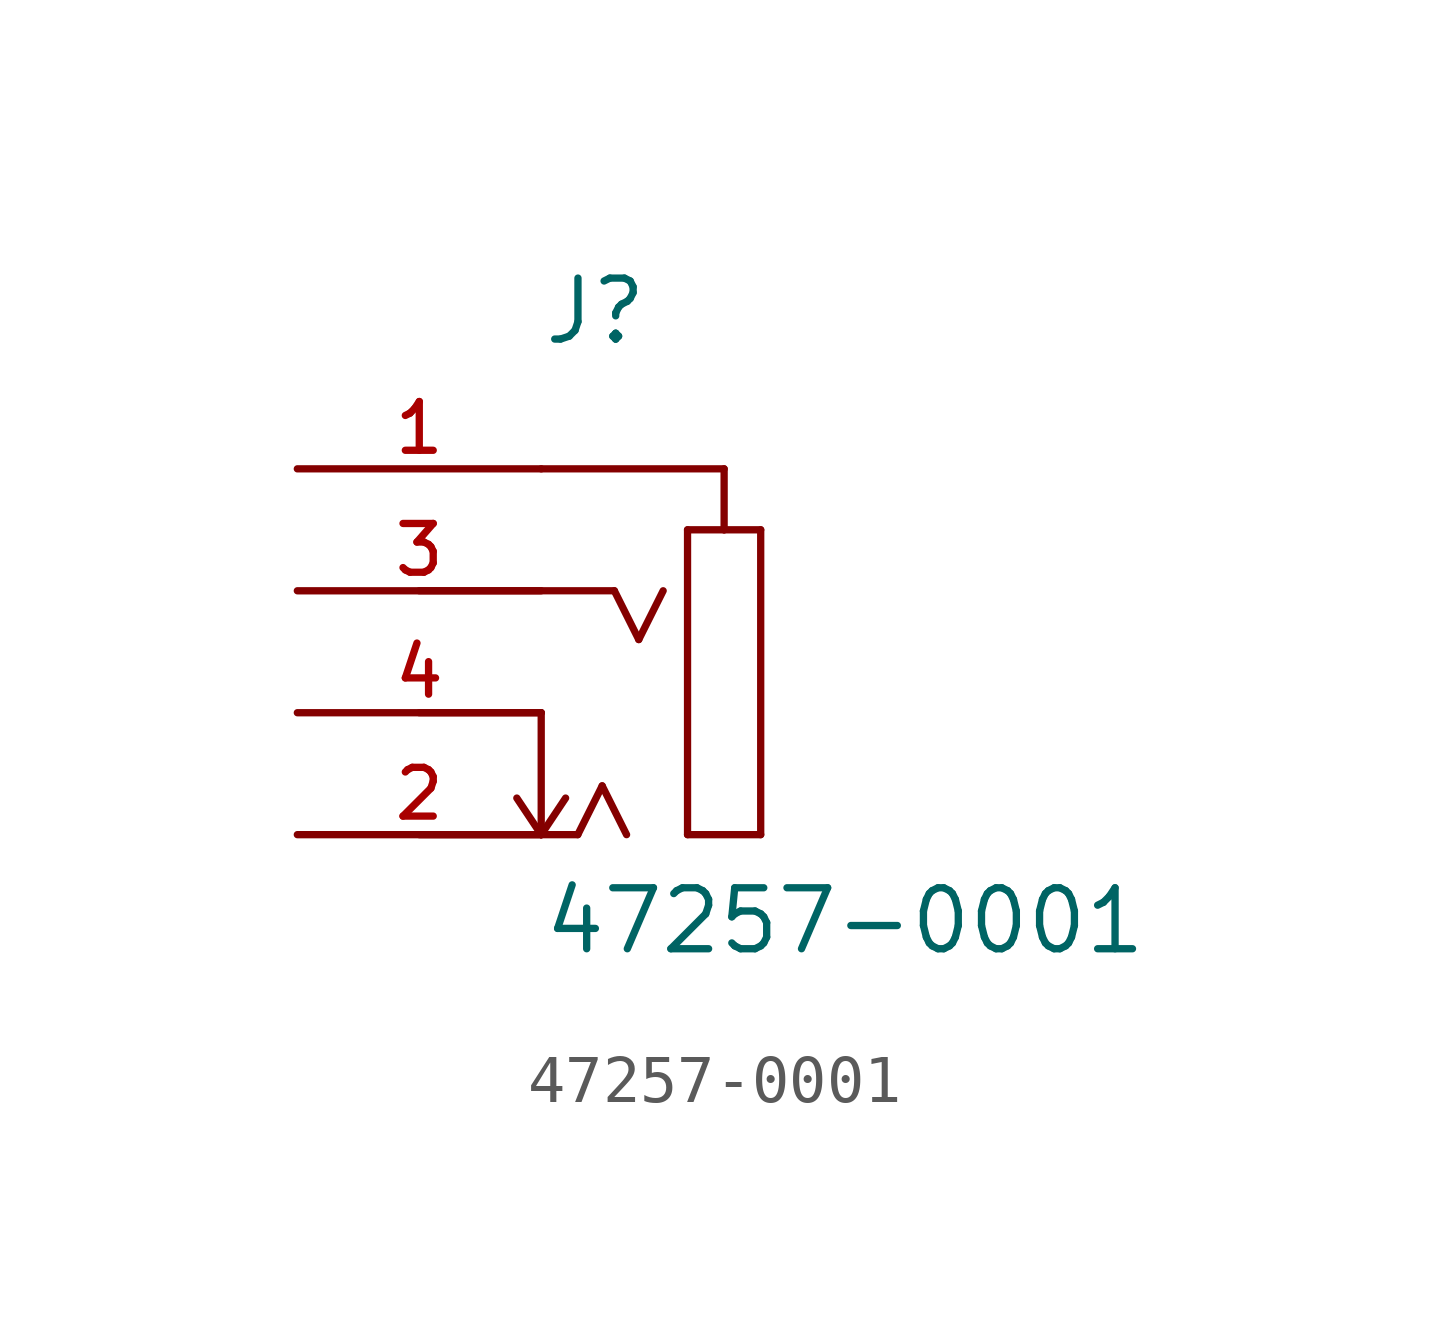
<source format=kicad_sym>
(kicad_symbol_lib
  (version 20211014)
  (generator kicad_symbol_editor)
  (symbol "47257-0001"
    (pin_names
      (offset 1.016))
    (property "Reference" "J"
      (at 0.0 7.62 0)
      (effects (font (size 1.27 1.27)) (justify bottom left)))
    (property "Value" "47257-0001"
      (at 0.0 -5.08 0)
      (effects (font (size 1.27 1.27)) (justify bottom left)))
    (symbol "47257-0001_0_0"
      (polyline (pts (xy 3.048 -2.54) (xy 3.048 3.81)) (stroke (width 0.152)))
      (polyline (pts (xy 3.048 3.81) (xy 3.81 3.81)) (stroke (width 0.152)))
      (polyline (pts (xy 3.81 3.81) (xy 4.572 3.81)) (stroke (width 0.152)))
      (polyline (pts (xy 4.572 3.81) (xy 4.572 -2.54)) (stroke (width 0.152)))
      (polyline (pts (xy 3.048 -2.54) (xy 4.572 -2.54)) (stroke (width 0.152)))
      (polyline (pts (xy 3.81 3.81) (xy 3.81 5.08)) (stroke (width 0.152)))
      (polyline (pts (xy 3.81 5.08) (xy 0.0 5.08)) (stroke (width 0.152)))
      (polyline (pts (xy -2.54 2.54) (xy 1.524 2.54)) (stroke (width 0.152)))
      (polyline (pts (xy 1.524 2.54) (xy 2.032 1.524)) (stroke (width 0.152)))
      (polyline (pts (xy 2.032 1.524) (xy 2.54 2.54)) (stroke (width 0.152)))
      (polyline (pts (xy -2.54 0.0) (xy 0.0 0.0)) (stroke (width 0.152)))
      (polyline (pts (xy -2.54 -2.54) (xy 0.0 -2.54)) (stroke (width 0.152)))
      (polyline (pts (xy 0.0 -2.54) (xy 0.762 -2.54)) (stroke (width 0.152)))
      (polyline (pts (xy 0.762 -2.54) (xy 1.27 -1.524)) (stroke (width 0.152)))
      (polyline (pts (xy 1.27 -1.524) (xy 1.778 -2.54)) (stroke (width 0.152)))
      (polyline (pts (xy 0.0 0.0) (xy 0.0 -2.54)) (stroke (width 0.152)))
      (polyline (pts (xy 0.0 -2.54) (xy -0.508 -1.778)) (stroke (width 0.152)))
      (polyline (pts (xy 0.0 -2.54) (xy 0.508 -1.778)) (stroke (width 0.152)))
      (pin passive line (at -5.08 -2.54 0) (length 5.08) (name "~" (effects (font (size 1.016 1.016)))) (number "2" (effects (font (size 1.016 1.016)))))
      (pin passive line (at -5.08 0.0 0) (length 5.08) (name "~" (effects (font (size 1.016 1.016)))) (number "4" (effects (font (size 1.016 1.016)))))
      (pin passive line (at -5.08 2.54 0) (length 5.08) (name "~" (effects (font (size 1.016 1.016)))) (number "3" (effects (font (size 1.016 1.016)))))
      (pin passive line (at -5.08 5.08 0) (length 5.08) (name "~" (effects (font (size 1.016 1.016)))) (number "1" (effects (font (size 1.016 1.016))))))))
</source>
